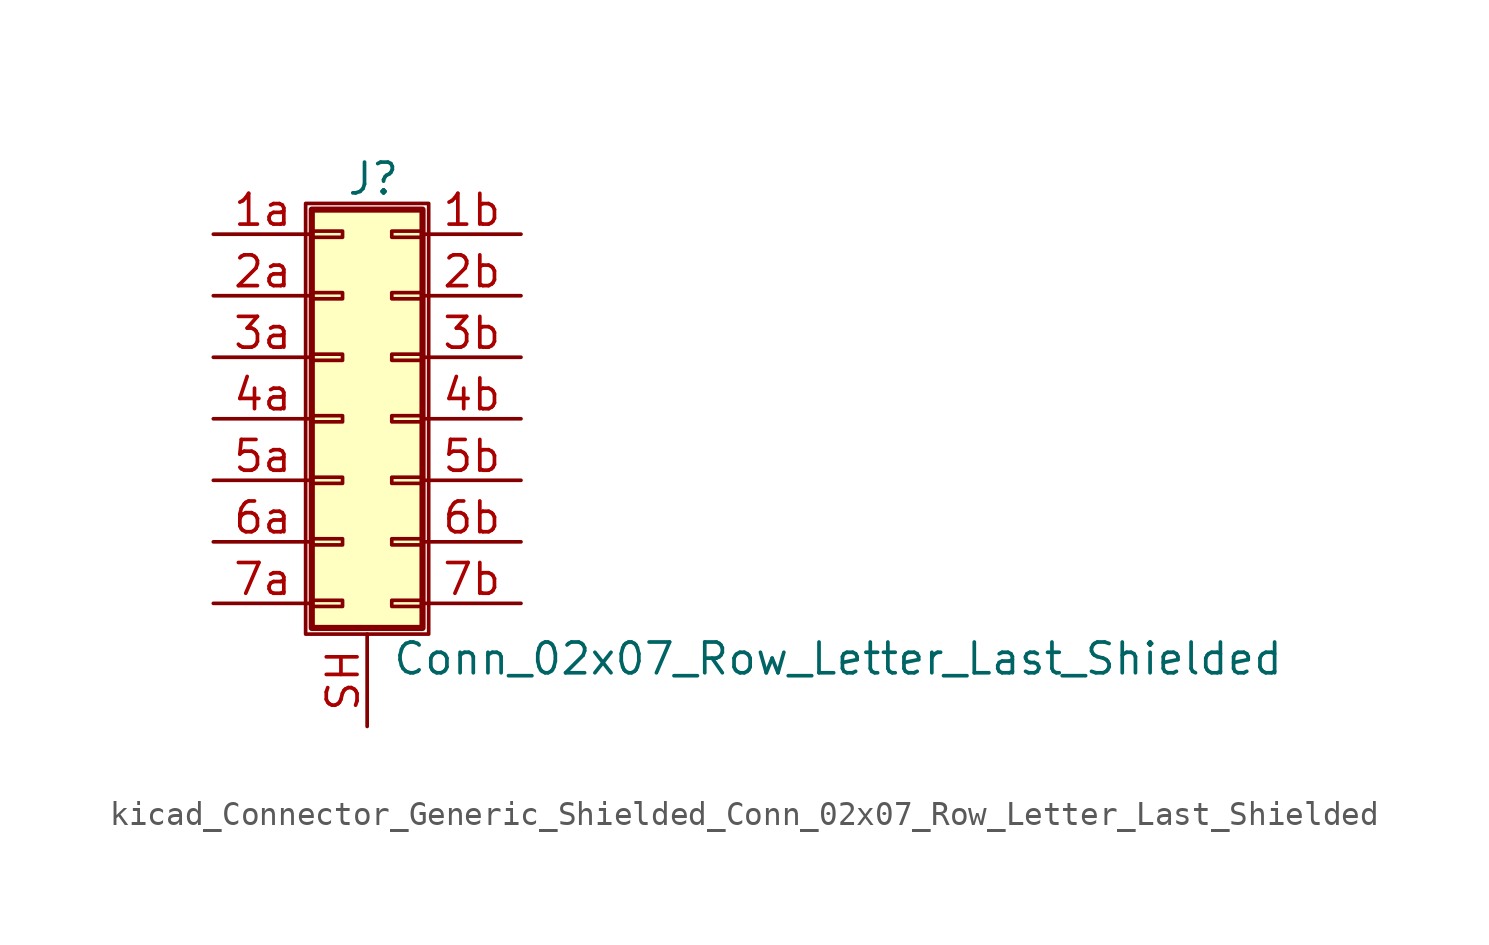
<source format=kicad_sym>
(kicad_symbol_lib
  (version 20220914)
  (generator kicad_symbol_editor)
  (symbol "kicad_Connector_Generic_Shielded_Conn_02x07_Row_Letter_Last_Shielded"
    (pin_names
      (offset 1.016) hide)
    (property "Reference" "J"
      (at 1.524 9.906 0)
      (effects (font (size 1.27 1.27))))
    (property "Value" "Conn_02x07_Row_Letter_Last_Shielded"
      (at 2.286 -9.906 0)
      (effects (font (size 1.27 1.27)) (justify left)))
    (symbol "kicad_Connector_Generic_Shielded_Conn_02x07_Row_Letter_Last_Shielded_1_1"
      (rectangle (start -1.27 8.89) (end 3.81 -8.89) (stroke (width 0.152) (type default)) (fill (type none)))
      (rectangle (start -1.016 -7.493) (end 0.254 -7.747) (stroke (width 0.152) (type default)) (fill (type none)))
      (rectangle (start -1.016 -4.953) (end 0.254 -5.207) (stroke (width 0.152) (type default)) (fill (type none)))
      (rectangle (start -1.016 -2.413) (end 0.254 -2.667) (stroke (width 0.152) (type default)) (fill (type none)))
      (rectangle (start -1.016 0.127) (end 0.254 -0.127) (stroke (width 0.152) (type default)) (fill (type none)))
      (rectangle (start -1.016 2.667) (end 0.254 2.413) (stroke (width 0.152) (type default)) (fill (type none)))
      (rectangle (start -1.016 5.207) (end 0.254 4.953) (stroke (width 0.152) (type default)) (fill (type none)))
      (rectangle (start -1.016 7.747) (end 0.254 7.493) (stroke (width 0.152) (type default)) (fill (type none)))
      (rectangle (start -1.016 8.636) (end 3.556 -8.636) (stroke (width 0.254) (type default)) (fill (type background)))
      (rectangle (start 3.556 -7.493) (end 2.286 -7.747) (stroke (width 0.152) (type default)) (fill (type none)))
      (rectangle (start 3.556 -4.953) (end 2.286 -5.207) (stroke (width 0.152) (type default)) (fill (type none)))
      (rectangle (start 3.556 -2.413) (end 2.286 -2.667) (stroke (width 0.152) (type default)) (fill (type none)))
      (rectangle (start 3.556 0.127) (end 2.286 -0.127) (stroke (width 0.152) (type default)) (fill (type none)))
      (rectangle (start 3.556 2.667) (end 2.286 2.413) (stroke (width 0.152) (type default)) (fill (type none)))
      (rectangle (start 3.556 5.207) (end 2.286 4.953) (stroke (width 0.152) (type default)) (fill (type none)))
      (rectangle (start 3.556 7.747) (end 2.286 7.493) (stroke (width 0.152) (type default)) (fill (type none)))
      (pin passive line (at -5.08 7.62 0) (length 4.064) (name "Pin_1a" (effects (font (size 1.27 1.27)))) (number "1a" (effects (font (size 1.27 1.27)))))
      (pin passive line (at 7.62 7.62 180) (length 4.064) (name "Pin_1b" (effects (font (size 1.27 1.27)))) (number "1b" (effects (font (size 1.27 1.27)))))
      (pin passive line (at -5.08 5.08 0) (length 4.064) (name "Pin_2a" (effects (font (size 1.27 1.27)))) (number "2a" (effects (font (size 1.27 1.27)))))
      (pin passive line (at 7.62 5.08 180) (length 4.064) (name "Pin_2b" (effects (font (size 1.27 1.27)))) (number "2b" (effects (font (size 1.27 1.27)))))
      (pin passive line (at -5.08 2.54 0) (length 4.064) (name "Pin_3a" (effects (font (size 1.27 1.27)))) (number "3a" (effects (font (size 1.27 1.27)))))
      (pin passive line (at 7.62 2.54 180) (length 4.064) (name "Pin_3b" (effects (font (size 1.27 1.27)))) (number "3b" (effects (font (size 1.27 1.27)))))
      (pin passive line (at -5.08 0 0) (length 4.064) (name "Pin_4a" (effects (font (size 1.27 1.27)))) (number "4a" (effects (font (size 1.27 1.27)))))
      (pin passive line (at 7.62 0 180) (length 4.064) (name "Pin_4b" (effects (font (size 1.27 1.27)))) (number "4b" (effects (font (size 1.27 1.27)))))
      (pin passive line (at -5.08 -2.54 0) (length 4.064) (name "Pin_5a" (effects (font (size 1.27 1.27)))) (number "5a" (effects (font (size 1.27 1.27)))))
      (pin passive line (at 7.62 -2.54 180) (length 4.064) (name "Pin_5b" (effects (font (size 1.27 1.27)))) (number "5b" (effects (font (size 1.27 1.27)))))
      (pin passive line (at -5.08 -5.08 0) (length 4.064) (name "Pin_6a" (effects (font (size 1.27 1.27)))) (number "6a" (effects (font (size 1.27 1.27)))))
      (pin passive line (at 7.62 -5.08 180) (length 4.064) (name "Pin_6b" (effects (font (size 1.27 1.27)))) (number "6b" (effects (font (size 1.27 1.27)))))
      (pin passive line (at -5.08 -7.62 0) (length 4.064) (name "Pin_7a" (effects (font (size 1.27 1.27)))) (number "7a" (effects (font (size 1.27 1.27)))))
      (pin passive line (at 7.62 -7.62 180) (length 4.064) (name "Pin_7b" (effects (font (size 1.27 1.27)))) (number "7b" (effects (font (size 1.27 1.27)))))
      (pin passive line (at 1.27 -12.7 90) (length 3.81) (name "Shield" (effects (font (size 1.27 1.27)))) (number "SH" (effects (font (size 1.27 1.27))))))))
</source>
